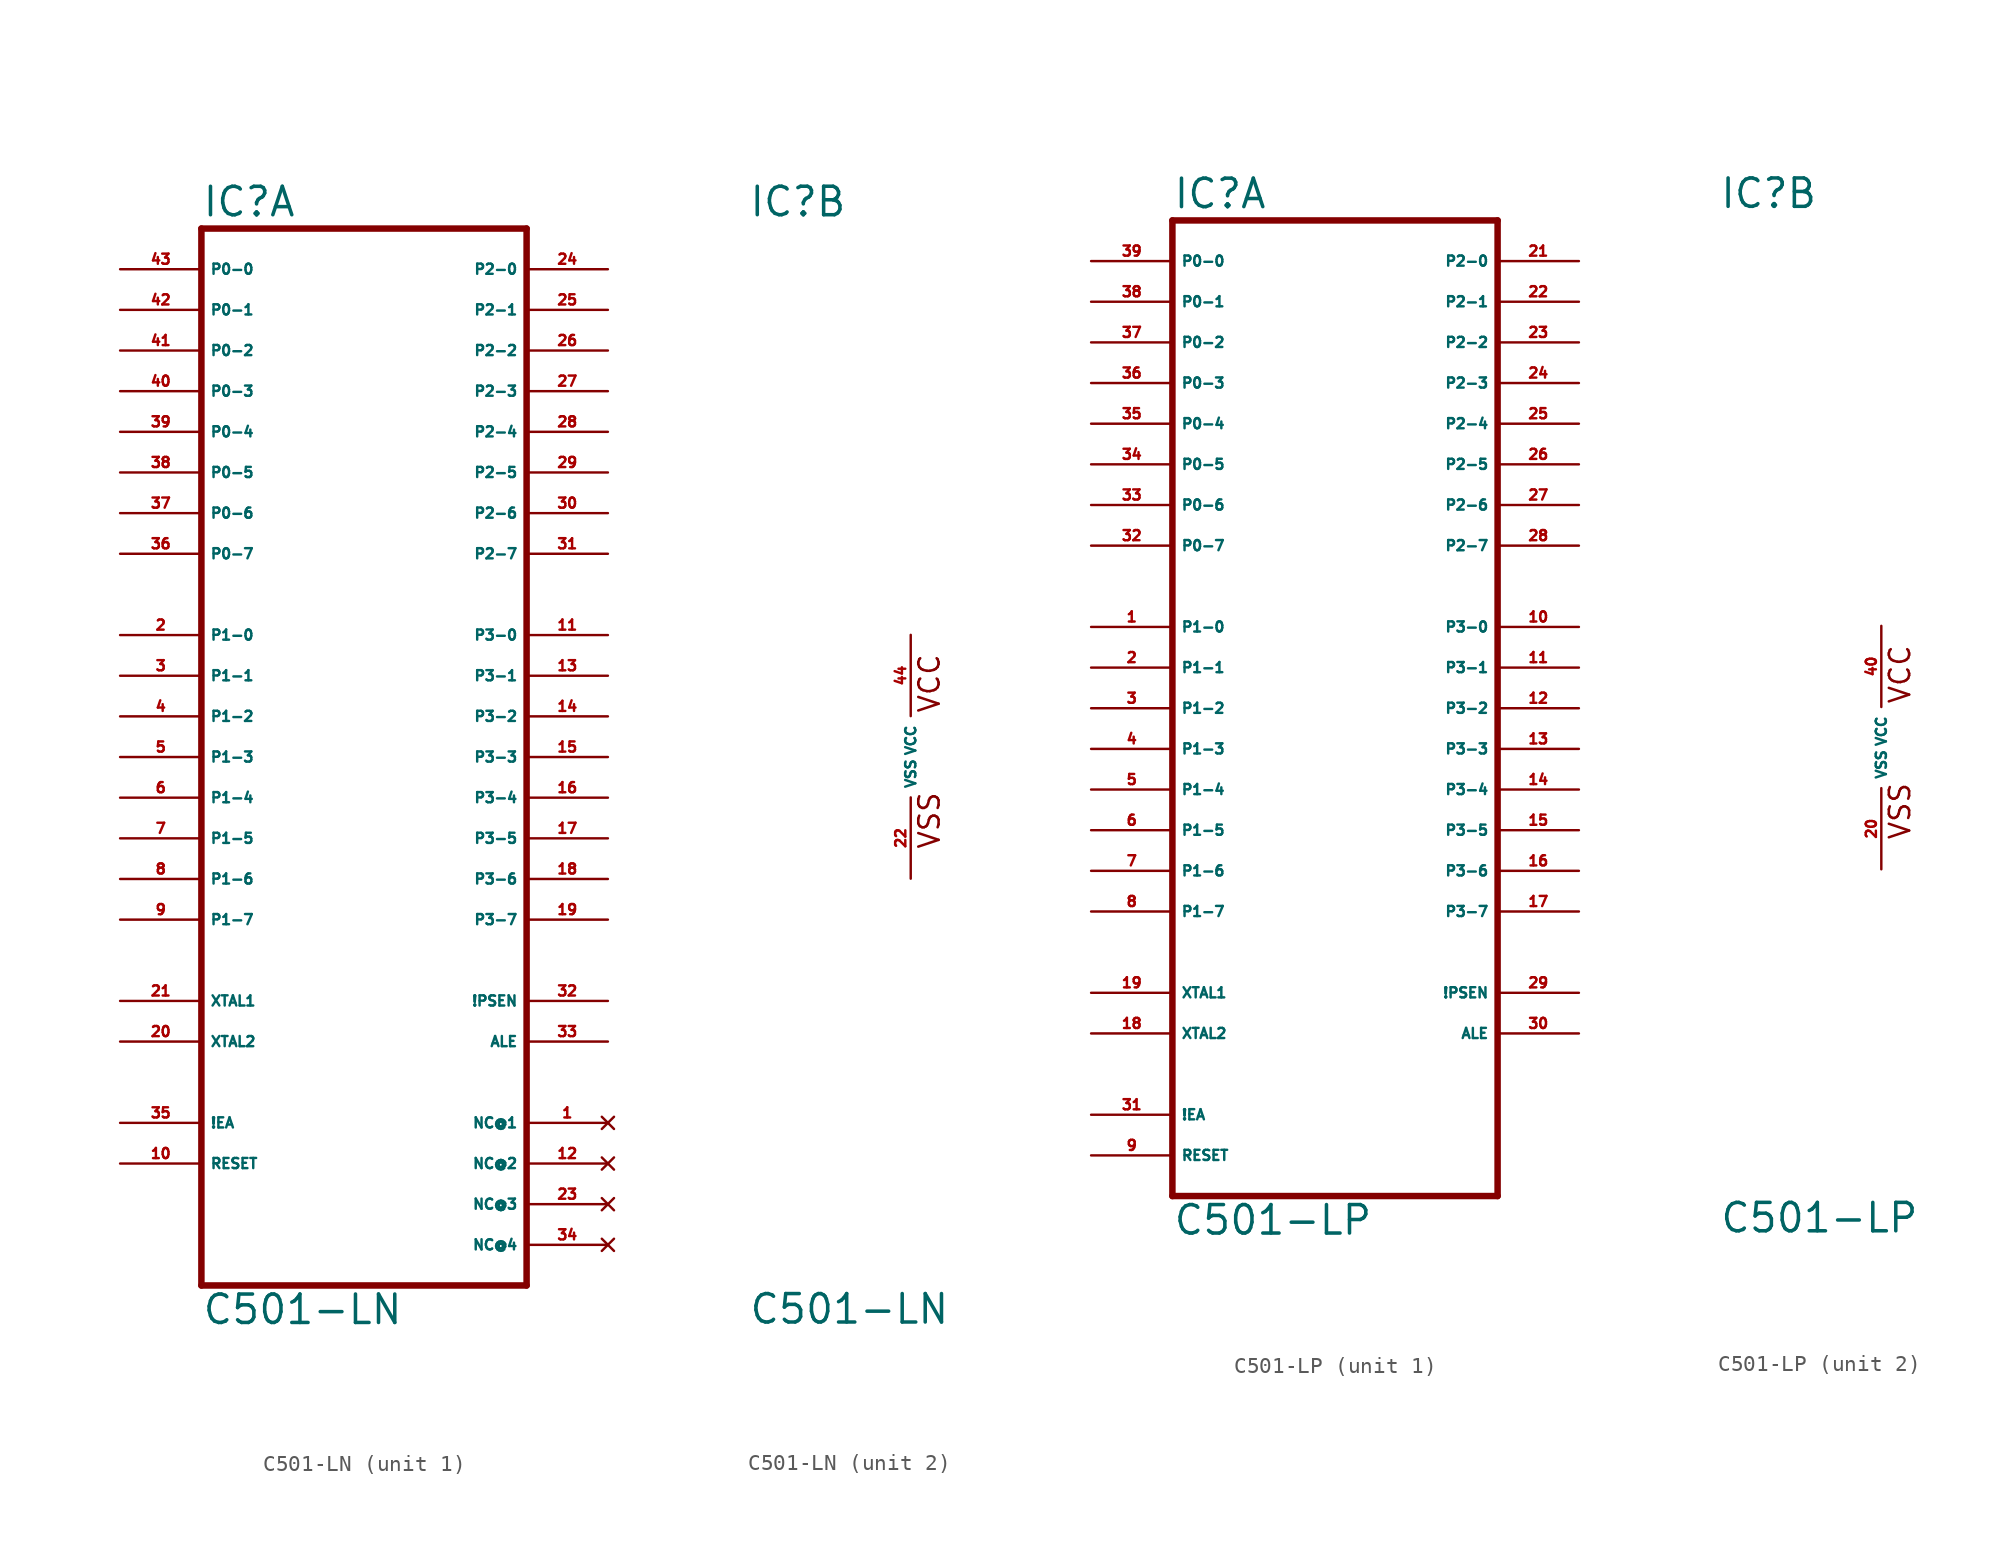
<source format=kicad_sym>
(kicad_symbol_lib
  (version 20220914)
  (generator Eagle2Kicad)
  (symbol "C501-LN"
    (property "Reference" "IC"
      (at -10.16 33.655 0)
      (effects (font (size 1.778 1.778) (thickness 0.22)) (justify left bottom)))
    (property "Value" "C501-LN"
      (at -10.16 -35.56 0)
      (effects (font (size 1.778 1.778) (thickness 0.22)) (justify left bottom)))
    (symbol "C501-LN_1_0"
      (polyline (pts (xy -10.16 -33.02) (xy 10.16 -33.02)) (stroke (width 0.406) (type default)) (fill (type none)))
      (polyline (pts (xy 10.16 -33.02) (xy 10.16 33.02)) (stroke (width 0.406) (type default)) (fill (type none)))
      (polyline (pts (xy 10.16 33.02) (xy -10.16 33.02)) (stroke (width 0.406) (type default)) (fill (type none)))
      (polyline (pts (xy -10.16 33.02) (xy -10.16 -33.02)) (stroke (width 0.406) (type default)) (fill (type none)))
      (pin bidirectional line (at -15.24 30.48 0) (length 5.08) (name "P0-0" (effects (font (size 0.635 0.635) (thickness 0.08)) (justify left bottom))) (number "43" (effects (font (size 0.635 0.635) (thickness 0.08)) (justify left bottom))))
      (pin bidirectional line (at -15.24 27.94 0) (length 5.08) (name "P0-1" (effects (font (size 0.635 0.635) (thickness 0.08)) (justify left bottom))) (number "42" (effects (font (size 0.635 0.635) (thickness 0.08)) (justify left bottom))))
      (pin bidirectional line (at -15.24 25.4 0) (length 5.08) (name "P0-2" (effects (font (size 0.635 0.635) (thickness 0.08)) (justify left bottom))) (number "41" (effects (font (size 0.635 0.635) (thickness 0.08)) (justify left bottom))))
      (pin bidirectional line (at -15.24 22.86 0) (length 5.08) (name "P0-3" (effects (font (size 0.635 0.635) (thickness 0.08)) (justify left bottom))) (number "40" (effects (font (size 0.635 0.635) (thickness 0.08)) (justify left bottom))))
      (pin bidirectional line (at -15.24 20.32 0) (length 5.08) (name "P0-4" (effects (font (size 0.635 0.635) (thickness 0.08)) (justify left bottom))) (number "39" (effects (font (size 0.635 0.635) (thickness 0.08)) (justify left bottom))))
      (pin bidirectional line (at -15.24 17.78 0) (length 5.08) (name "P0-5" (effects (font (size 0.635 0.635) (thickness 0.08)) (justify left bottom))) (number "38" (effects (font (size 0.635 0.635) (thickness 0.08)) (justify left bottom))))
      (pin bidirectional line (at -15.24 15.24 0) (length 5.08) (name "P0-6" (effects (font (size 0.635 0.635) (thickness 0.08)) (justify left bottom))) (number "37" (effects (font (size 0.635 0.635) (thickness 0.08)) (justify left bottom))))
      (pin bidirectional line (at -15.24 12.7 0) (length 5.08) (name "P0-7" (effects (font (size 0.635 0.635) (thickness 0.08)) (justify left bottom))) (number "36" (effects (font (size 0.635 0.635) (thickness 0.08)) (justify left bottom))))
      (pin bidirectional line (at -15.24 7.62 0) (length 5.08) (name "P1-0" (effects (font (size 0.635 0.635) (thickness 0.08)) (justify left bottom))) (number "2" (effects (font (size 0.635 0.635) (thickness 0.08)) (justify left bottom))))
      (pin bidirectional line (at -15.24 5.08 0) (length 5.08) (name "P1-1" (effects (font (size 0.635 0.635) (thickness 0.08)) (justify left bottom))) (number "3" (effects (font (size 0.635 0.635) (thickness 0.08)) (justify left bottom))))
      (pin bidirectional line (at -15.24 2.54 0) (length 5.08) (name "P1-2" (effects (font (size 0.635 0.635) (thickness 0.08)) (justify left bottom))) (number "4" (effects (font (size 0.635 0.635) (thickness 0.08)) (justify left bottom))))
      (pin bidirectional line (at -15.24 0 0) (length 5.08) (name "P1-3" (effects (font (size 0.635 0.635) (thickness 0.08)) (justify left bottom))) (number "5" (effects (font (size 0.635 0.635) (thickness 0.08)) (justify left bottom))))
      (pin bidirectional line (at -15.24 -2.54 0) (length 5.08) (name "P1-4" (effects (font (size 0.635 0.635) (thickness 0.08)) (justify left bottom))) (number "6" (effects (font (size 0.635 0.635) (thickness 0.08)) (justify left bottom))))
      (pin bidirectional line (at -15.24 -5.08 0) (length 5.08) (name "P1-5" (effects (font (size 0.635 0.635) (thickness 0.08)) (justify left bottom))) (number "7" (effects (font (size 0.635 0.635) (thickness 0.08)) (justify left bottom))))
      (pin bidirectional line (at -15.24 -7.62 0) (length 5.08) (name "P1-6" (effects (font (size 0.635 0.635) (thickness 0.08)) (justify left bottom))) (number "8" (effects (font (size 0.635 0.635) (thickness 0.08)) (justify left bottom))))
      (pin bidirectional line (at -15.24 -10.16 0) (length 5.08) (name "P1-7" (effects (font (size 0.635 0.635) (thickness 0.08)) (justify left bottom))) (number "9" (effects (font (size 0.635 0.635) (thickness 0.08)) (justify left bottom))))
      (pin bidirectional line (at 15.24 30.48 180) (length 5.08) (name "P2-0" (effects (font (size 0.635 0.635) (thickness 0.08)) (justify left bottom))) (number "24" (effects (font (size 0.635 0.635) (thickness 0.08)) (justify left bottom))))
      (pin bidirectional line (at 15.24 27.94 180) (length 5.08) (name "P2-1" (effects (font (size 0.635 0.635) (thickness 0.08)) (justify left bottom))) (number "25" (effects (font (size 0.635 0.635) (thickness 0.08)) (justify left bottom))))
      (pin bidirectional line (at 15.24 25.4 180) (length 5.08) (name "P2-2" (effects (font (size 0.635 0.635) (thickness 0.08)) (justify left bottom))) (number "26" (effects (font (size 0.635 0.635) (thickness 0.08)) (justify left bottom))))
      (pin bidirectional line (at 15.24 22.86 180) (length 5.08) (name "P2-3" (effects (font (size 0.635 0.635) (thickness 0.08)) (justify left bottom))) (number "27" (effects (font (size 0.635 0.635) (thickness 0.08)) (justify left bottom))))
      (pin bidirectional line (at 15.24 20.32 180) (length 5.08) (name "P2-4" (effects (font (size 0.635 0.635) (thickness 0.08)) (justify left bottom))) (number "28" (effects (font (size 0.635 0.635) (thickness 0.08)) (justify left bottom))))
      (pin bidirectional line (at 15.24 17.78 180) (length 5.08) (name "P2-5" (effects (font (size 0.635 0.635) (thickness 0.08)) (justify left bottom))) (number "29" (effects (font (size 0.635 0.635) (thickness 0.08)) (justify left bottom))))
      (pin bidirectional line (at 15.24 15.24 180) (length 5.08) (name "P2-6" (effects (font (size 0.635 0.635) (thickness 0.08)) (justify left bottom))) (number "30" (effects (font (size 0.635 0.635) (thickness 0.08)) (justify left bottom))))
      (pin bidirectional line (at 15.24 12.7 180) (length 5.08) (name "P2-7" (effects (font (size 0.635 0.635) (thickness 0.08)) (justify left bottom))) (number "31" (effects (font (size 0.635 0.635) (thickness 0.08)) (justify left bottom))))
      (pin bidirectional line (at 15.24 7.62 180) (length 5.08) (name "P3-0" (effects (font (size 0.635 0.635) (thickness 0.08)) (justify left bottom))) (number "11" (effects (font (size 0.635 0.635) (thickness 0.08)) (justify left bottom))))
      (pin bidirectional line (at 15.24 5.08 180) (length 5.08) (name "P3-1" (effects (font (size 0.635 0.635) (thickness 0.08)) (justify left bottom))) (number "13" (effects (font (size 0.635 0.635) (thickness 0.08)) (justify left bottom))))
      (pin bidirectional line (at 15.24 2.54 180) (length 5.08) (name "P3-2" (effects (font (size 0.635 0.635) (thickness 0.08)) (justify left bottom))) (number "14" (effects (font (size 0.635 0.635) (thickness 0.08)) (justify left bottom))))
      (pin bidirectional line (at 15.24 0 180) (length 5.08) (name "P3-3" (effects (font (size 0.635 0.635) (thickness 0.08)) (justify left bottom))) (number "15" (effects (font (size 0.635 0.635) (thickness 0.08)) (justify left bottom))))
      (pin bidirectional line (at 15.24 -2.54 180) (length 5.08) (name "P3-4" (effects (font (size 0.635 0.635) (thickness 0.08)) (justify left bottom))) (number "16" (effects (font (size 0.635 0.635) (thickness 0.08)) (justify left bottom))))
      (pin bidirectional line (at 15.24 -5.08 180) (length 5.08) (name "P3-5" (effects (font (size 0.635 0.635) (thickness 0.08)) (justify left bottom))) (number "17" (effects (font (size 0.635 0.635) (thickness 0.08)) (justify left bottom))))
      (pin bidirectional line (at 15.24 -7.62 180) (length 5.08) (name "P3-6" (effects (font (size 0.635 0.635) (thickness 0.08)) (justify left bottom))) (number "18" (effects (font (size 0.635 0.635) (thickness 0.08)) (justify left bottom))))
      (pin bidirectional line (at 15.24 -10.16 180) (length 5.08) (name "P3-7" (effects (font (size 0.635 0.635) (thickness 0.08)) (justify left bottom))) (number "19" (effects (font (size 0.635 0.635) (thickness 0.08)) (justify left bottom))))
      (pin passive line (at -15.24 -15.24 0) (length 5.08) (name "XTAL1" (effects (font (size 0.635 0.635) (thickness 0.08)) (justify left bottom))) (number "21" (effects (font (size 0.635 0.635) (thickness 0.08)) (justify left bottom))))
      (pin passive line (at -15.24 -17.78 0) (length 5.08) (name "XTAL2" (effects (font (size 0.635 0.635) (thickness 0.08)) (justify left bottom))) (number "20" (effects (font (size 0.635 0.635) (thickness 0.08)) (justify left bottom))))
      (pin output line (at 15.24 -15.24 180) (length 5.08) (name "!PSEN" (effects (font (size 0.635 0.635) (thickness 0.08)) (justify left bottom))) (number "32" (effects (font (size 0.635 0.635) (thickness 0.08)) (justify left bottom))))
      (pin output line (at 15.24 -17.78 180) (length 5.08) (name "ALE" (effects (font (size 0.635 0.635) (thickness 0.08)) (justify left bottom))) (number "33" (effects (font (size 0.635 0.635) (thickness 0.08)) (justify left bottom))))
      (pin input line (at -15.24 -22.86 0) (length 5.08) (name "!EA" (effects (font (size 0.635 0.635) (thickness 0.08)) (justify left bottom))) (number "35" (effects (font (size 0.635 0.635) (thickness 0.08)) (justify left bottom))))
      (pin input line (at -15.24 -25.4 0) (length 5.08) (name "RESET" (effects (font (size 0.635 0.635) (thickness 0.08)) (justify left bottom))) (number "10" (effects (font (size 0.635 0.635) (thickness 0.08)) (justify left bottom))))
      (pin no_connect line (at 15.24 -22.86 180) (length 5.08) (name "NC@1" (effects (font (size 0.635 0.635) (thickness 0.08)) (justify left bottom) hide)) (number "1" (effects (font (size 0.635 0.635) (thickness 0.08)) (justify left bottom) hide)))
      (pin no_connect line (at 15.24 -25.4 180) (length 5.08) (name "NC@2" (effects (font (size 0.635 0.635) (thickness 0.08)) (justify left bottom) hide)) (number "12" (effects (font (size 0.635 0.635) (thickness 0.08)) (justify left bottom) hide)))
      (pin no_connect line (at 15.24 -27.94 180) (length 5.08) (name "NC@3" (effects (font (size 0.635 0.635) (thickness 0.08)) (justify left bottom) hide)) (number "23" (effects (font (size 0.635 0.635) (thickness 0.08)) (justify left bottom) hide)))
      (pin no_connect line (at 15.24 -30.48 180) (length 5.08) (name "NC@4" (effects (font (size 0.635 0.635) (thickness 0.08)) (justify left bottom) hide)) (number "34" (effects (font (size 0.635 0.635) (thickness 0.08)) (justify left bottom) hide))))
    (symbol "C501-LN_2_0"
      (text "VSS" (at 1.905 -5.842 900) (effects (font (size 1.27 1.27) (thickness 0.16)) (justify left bottom)))
      (text "VCC" (at 1.905 2.667 900) (effects (font (size 1.27 1.27) (thickness 0.16)) (justify left bottom)))
      (pin unspecified line (at 0 7.62 270) (length 5.08) (name "VCC" (effects (font (size 0.635 0.635) (thickness 0.08)) (justify left bottom))) (number "44" (effects (font (size 0.635 0.635) (thickness 0.08)) (justify left bottom))))
      (pin unspecified line (at 0 -7.62 90) (length 5.08) (name "VSS" (effects (font (size 0.635 0.635) (thickness 0.08)) (justify left bottom))) (number "22" (effects (font (size 0.635 0.635) (thickness 0.08)) (justify left bottom))))))
  (symbol "C501-LP"
    (property "Reference" "IC"
      (at -10.16 33.655 0)
      (effects (font (size 1.778 1.778) (thickness 0.22)) (justify left bottom)))
    (property "Value" "C501-LP"
      (at -10.16 -30.48 0)
      (effects (font (size 1.778 1.778) (thickness 0.22)) (justify left bottom)))
    (symbol "C501-LP_1_0"
      (polyline (pts (xy -10.16 -27.94) (xy 10.16 -27.94)) (stroke (width 0.406) (type default)) (fill (type none)))
      (polyline (pts (xy 10.16 -27.94) (xy 10.16 33.02)) (stroke (width 0.406) (type default)) (fill (type none)))
      (polyline (pts (xy 10.16 33.02) (xy -10.16 33.02)) (stroke (width 0.406) (type default)) (fill (type none)))
      (polyline (pts (xy -10.16 33.02) (xy -10.16 -27.94)) (stroke (width 0.406) (type default)) (fill (type none)))
      (pin bidirectional line (at -15.24 30.48 0) (length 5.08) (name "P0-0" (effects (font (size 0.635 0.635) (thickness 0.08)) (justify left bottom))) (number "39" (effects (font (size 0.635 0.635) (thickness 0.08)) (justify left bottom))))
      (pin bidirectional line (at -15.24 27.94 0) (length 5.08) (name "P0-1" (effects (font (size 0.635 0.635) (thickness 0.08)) (justify left bottom))) (number "38" (effects (font (size 0.635 0.635) (thickness 0.08)) (justify left bottom))))
      (pin bidirectional line (at -15.24 25.4 0) (length 5.08) (name "P0-2" (effects (font (size 0.635 0.635) (thickness 0.08)) (justify left bottom))) (number "37" (effects (font (size 0.635 0.635) (thickness 0.08)) (justify left bottom))))
      (pin bidirectional line (at -15.24 22.86 0) (length 5.08) (name "P0-3" (effects (font (size 0.635 0.635) (thickness 0.08)) (justify left bottom))) (number "36" (effects (font (size 0.635 0.635) (thickness 0.08)) (justify left bottom))))
      (pin bidirectional line (at -15.24 20.32 0) (length 5.08) (name "P0-4" (effects (font (size 0.635 0.635) (thickness 0.08)) (justify left bottom))) (number "35" (effects (font (size 0.635 0.635) (thickness 0.08)) (justify left bottom))))
      (pin bidirectional line (at -15.24 17.78 0) (length 5.08) (name "P0-5" (effects (font (size 0.635 0.635) (thickness 0.08)) (justify left bottom))) (number "34" (effects (font (size 0.635 0.635) (thickness 0.08)) (justify left bottom))))
      (pin bidirectional line (at -15.24 15.24 0) (length 5.08) (name "P0-6" (effects (font (size 0.635 0.635) (thickness 0.08)) (justify left bottom))) (number "33" (effects (font (size 0.635 0.635) (thickness 0.08)) (justify left bottom))))
      (pin bidirectional line (at -15.24 12.7 0) (length 5.08) (name "P0-7" (effects (font (size 0.635 0.635) (thickness 0.08)) (justify left bottom))) (number "32" (effects (font (size 0.635 0.635) (thickness 0.08)) (justify left bottom))))
      (pin bidirectional line (at -15.24 7.62 0) (length 5.08) (name "P1-0" (effects (font (size 0.635 0.635) (thickness 0.08)) (justify left bottom))) (number "1" (effects (font (size 0.635 0.635) (thickness 0.08)) (justify left bottom))))
      (pin bidirectional line (at -15.24 5.08 0) (length 5.08) (name "P1-1" (effects (font (size 0.635 0.635) (thickness 0.08)) (justify left bottom))) (number "2" (effects (font (size 0.635 0.635) (thickness 0.08)) (justify left bottom))))
      (pin bidirectional line (at -15.24 2.54 0) (length 5.08) (name "P1-2" (effects (font (size 0.635 0.635) (thickness 0.08)) (justify left bottom))) (number "3" (effects (font (size 0.635 0.635) (thickness 0.08)) (justify left bottom))))
      (pin bidirectional line (at -15.24 0 0) (length 5.08) (name "P1-3" (effects (font (size 0.635 0.635) (thickness 0.08)) (justify left bottom))) (number "4" (effects (font (size 0.635 0.635) (thickness 0.08)) (justify left bottom))))
      (pin bidirectional line (at -15.24 -2.54 0) (length 5.08) (name "P1-4" (effects (font (size 0.635 0.635) (thickness 0.08)) (justify left bottom))) (number "5" (effects (font (size 0.635 0.635) (thickness 0.08)) (justify left bottom))))
      (pin bidirectional line (at -15.24 -5.08 0) (length 5.08) (name "P1-5" (effects (font (size 0.635 0.635) (thickness 0.08)) (justify left bottom))) (number "6" (effects (font (size 0.635 0.635) (thickness 0.08)) (justify left bottom))))
      (pin bidirectional line (at -15.24 -7.62 0) (length 5.08) (name "P1-6" (effects (font (size 0.635 0.635) (thickness 0.08)) (justify left bottom))) (number "7" (effects (font (size 0.635 0.635) (thickness 0.08)) (justify left bottom))))
      (pin bidirectional line (at -15.24 -10.16 0) (length 5.08) (name "P1-7" (effects (font (size 0.635 0.635) (thickness 0.08)) (justify left bottom))) (number "8" (effects (font (size 0.635 0.635) (thickness 0.08)) (justify left bottom))))
      (pin bidirectional line (at 15.24 30.48 180) (length 5.08) (name "P2-0" (effects (font (size 0.635 0.635) (thickness 0.08)) (justify left bottom))) (number "21" (effects (font (size 0.635 0.635) (thickness 0.08)) (justify left bottom))))
      (pin bidirectional line (at 15.24 27.94 180) (length 5.08) (name "P2-1" (effects (font (size 0.635 0.635) (thickness 0.08)) (justify left bottom))) (number "22" (effects (font (size 0.635 0.635) (thickness 0.08)) (justify left bottom))))
      (pin bidirectional line (at 15.24 25.4 180) (length 5.08) (name "P2-2" (effects (font (size 0.635 0.635) (thickness 0.08)) (justify left bottom))) (number "23" (effects (font (size 0.635 0.635) (thickness 0.08)) (justify left bottom))))
      (pin bidirectional line (at 15.24 22.86 180) (length 5.08) (name "P2-3" (effects (font (size 0.635 0.635) (thickness 0.08)) (justify left bottom))) (number "24" (effects (font (size 0.635 0.635) (thickness 0.08)) (justify left bottom))))
      (pin bidirectional line (at 15.24 20.32 180) (length 5.08) (name "P2-4" (effects (font (size 0.635 0.635) (thickness 0.08)) (justify left bottom))) (number "25" (effects (font (size 0.635 0.635) (thickness 0.08)) (justify left bottom))))
      (pin bidirectional line (at 15.24 17.78 180) (length 5.08) (name "P2-5" (effects (font (size 0.635 0.635) (thickness 0.08)) (justify left bottom))) (number "26" (effects (font (size 0.635 0.635) (thickness 0.08)) (justify left bottom))))
      (pin bidirectional line (at 15.24 15.24 180) (length 5.08) (name "P2-6" (effects (font (size 0.635 0.635) (thickness 0.08)) (justify left bottom))) (number "27" (effects (font (size 0.635 0.635) (thickness 0.08)) (justify left bottom))))
      (pin bidirectional line (at 15.24 12.7 180) (length 5.08) (name "P2-7" (effects (font (size 0.635 0.635) (thickness 0.08)) (justify left bottom))) (number "28" (effects (font (size 0.635 0.635) (thickness 0.08)) (justify left bottom))))
      (pin bidirectional line (at 15.24 7.62 180) (length 5.08) (name "P3-0" (effects (font (size 0.635 0.635) (thickness 0.08)) (justify left bottom))) (number "10" (effects (font (size 0.635 0.635) (thickness 0.08)) (justify left bottom))))
      (pin bidirectional line (at 15.24 5.08 180) (length 5.08) (name "P3-1" (effects (font (size 0.635 0.635) (thickness 0.08)) (justify left bottom))) (number "11" (effects (font (size 0.635 0.635) (thickness 0.08)) (justify left bottom))))
      (pin bidirectional line (at 15.24 2.54 180) (length 5.08) (name "P3-2" (effects (font (size 0.635 0.635) (thickness 0.08)) (justify left bottom))) (number "12" (effects (font (size 0.635 0.635) (thickness 0.08)) (justify left bottom))))
      (pin bidirectional line (at 15.24 0 180) (length 5.08) (name "P3-3" (effects (font (size 0.635 0.635) (thickness 0.08)) (justify left bottom))) (number "13" (effects (font (size 0.635 0.635) (thickness 0.08)) (justify left bottom))))
      (pin bidirectional line (at 15.24 -2.54 180) (length 5.08) (name "P3-4" (effects (font (size 0.635 0.635) (thickness 0.08)) (justify left bottom))) (number "14" (effects (font (size 0.635 0.635) (thickness 0.08)) (justify left bottom))))
      (pin bidirectional line (at 15.24 -5.08 180) (length 5.08) (name "P3-5" (effects (font (size 0.635 0.635) (thickness 0.08)) (justify left bottom))) (number "15" (effects (font (size 0.635 0.635) (thickness 0.08)) (justify left bottom))))
      (pin bidirectional line (at 15.24 -7.62 180) (length 5.08) (name "P3-6" (effects (font (size 0.635 0.635) (thickness 0.08)) (justify left bottom))) (number "16" (effects (font (size 0.635 0.635) (thickness 0.08)) (justify left bottom))))
      (pin bidirectional line (at 15.24 -10.16 180) (length 5.08) (name "P3-7" (effects (font (size 0.635 0.635) (thickness 0.08)) (justify left bottom))) (number "17" (effects (font (size 0.635 0.635) (thickness 0.08)) (justify left bottom))))
      (pin passive line (at -15.24 -15.24 0) (length 5.08) (name "XTAL1" (effects (font (size 0.635 0.635) (thickness 0.08)) (justify left bottom))) (number "19" (effects (font (size 0.635 0.635) (thickness 0.08)) (justify left bottom))))
      (pin passive line (at -15.24 -17.78 0) (length 5.08) (name "XTAL2" (effects (font (size 0.635 0.635) (thickness 0.08)) (justify left bottom))) (number "18" (effects (font (size 0.635 0.635) (thickness 0.08)) (justify left bottom))))
      (pin output line (at 15.24 -15.24 180) (length 5.08) (name "!PSEN" (effects (font (size 0.635 0.635) (thickness 0.08)) (justify left bottom))) (number "29" (effects (font (size 0.635 0.635) (thickness 0.08)) (justify left bottom))))
      (pin output line (at 15.24 -17.78 180) (length 5.08) (name "ALE" (effects (font (size 0.635 0.635) (thickness 0.08)) (justify left bottom))) (number "30" (effects (font (size 0.635 0.635) (thickness 0.08)) (justify left bottom))))
      (pin input line (at -15.24 -22.86 0) (length 5.08) (name "!EA" (effects (font (size 0.635 0.635) (thickness 0.08)) (justify left bottom))) (number "31" (effects (font (size 0.635 0.635) (thickness 0.08)) (justify left bottom))))
      (pin input line (at -15.24 -25.4 0) (length 5.08) (name "RESET" (effects (font (size 0.635 0.635) (thickness 0.08)) (justify left bottom))) (number "9" (effects (font (size 0.635 0.635) (thickness 0.08)) (justify left bottom)))))
    (symbol "C501-LP_2_0"
      (text "VSS" (at 1.905 -5.842 900) (effects (font (size 1.27 1.27) (thickness 0.16)) (justify left bottom)))
      (text "VCC" (at 1.905 2.667 900) (effects (font (size 1.27 1.27) (thickness 0.16)) (justify left bottom)))
      (pin unspecified line (at 0 7.62 270) (length 5.08) (name "VCC" (effects (font (size 0.635 0.635) (thickness 0.08)) (justify left bottom))) (number "40" (effects (font (size 0.635 0.635) (thickness 0.08)) (justify left bottom))))
      (pin unspecified line (at 0 -7.62 90) (length 5.08) (name "VSS" (effects (font (size 0.635 0.635) (thickness 0.08)) (justify left bottom))) (number "20" (effects (font (size 0.635 0.635) (thickness 0.08)) (justify left bottom)))))))
</source>
